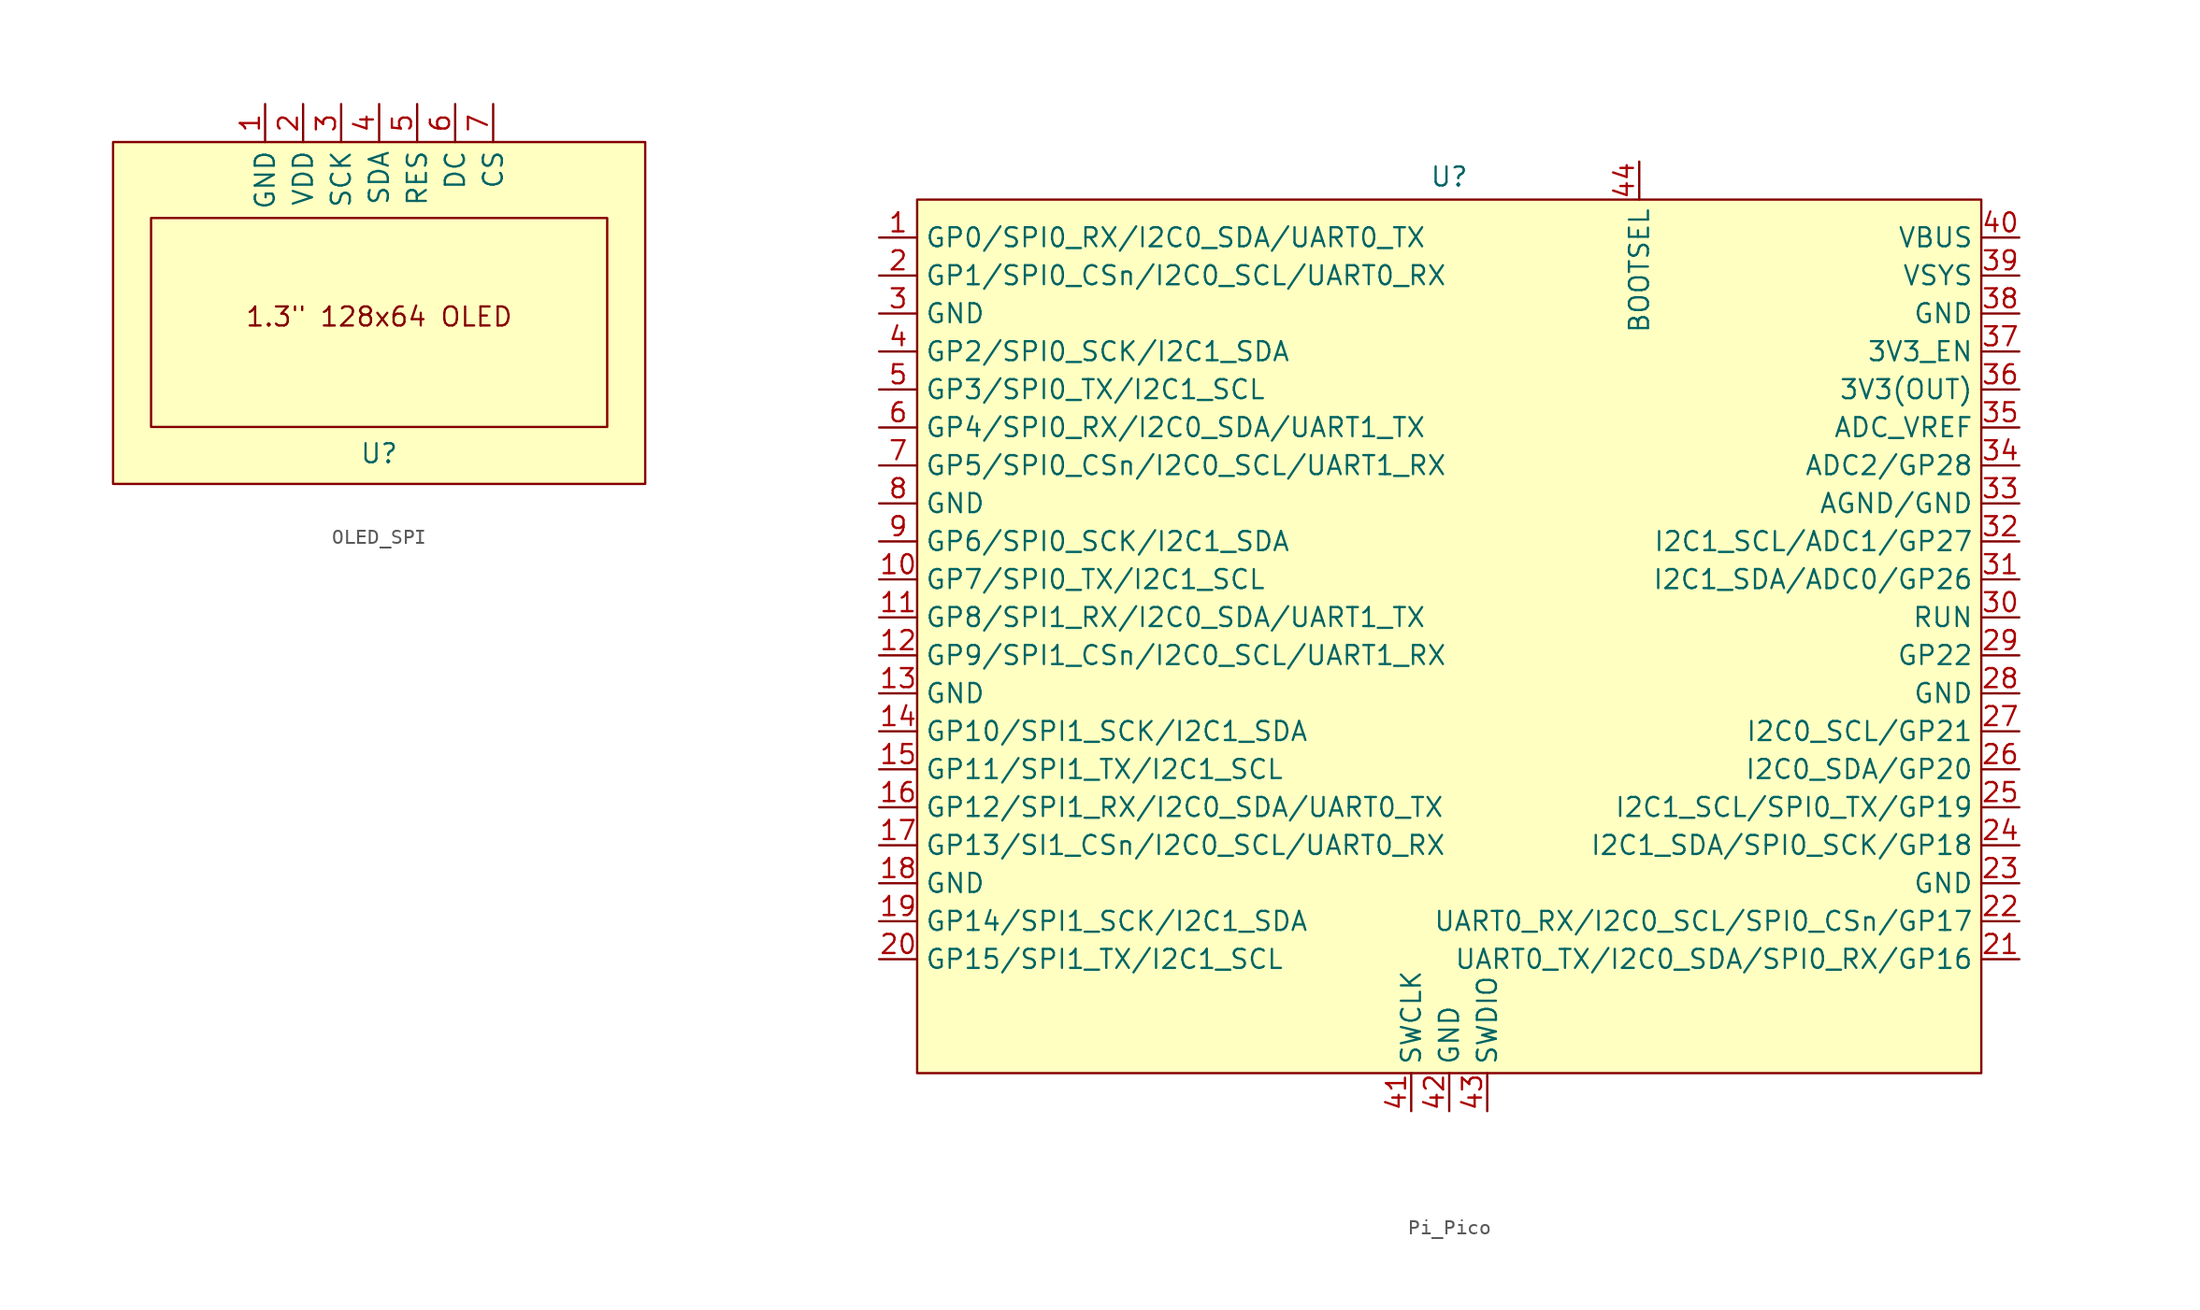
<source format=kicad_sym>
(kicad_symbol_lib
  (version 20231120)
  (generator "kicad_symbol_editor")
  (generator_version "8.0")
  (symbol "OLED_SPI"
    (property "Reference" "U"
      (at 0 -20.828 0)
      (effects (font (size 1.27 1.27))))
    (property "Value" ""
      (at 0 0 0)
      (effects (font (size 1.27 1.27))))
    (symbol "OLED_SPI_1_1"
      (rectangle (start -17.78 0) (end 17.78 -22.86) (stroke (width 0) (type default)) (fill (type background)))
      (rectangle (start -15.24 -5.08) (end 15.24 -19.05) (stroke (width 0) (type default)) (fill (type none)))
      (text "1.3\" 128x64 OLED" (at 0 -11.684 0) (effects (font (size 1.27 1.27))))
      (pin power_in line (at -7.62 2.54 270) (length 2.54) (name "GND" (effects (font (size 1.27 1.27)))) (number "1" (effects (font (size 1.27 1.27)))))
      (pin power_in line (at -5.08 2.54 270) (length 2.54) (name "VDD" (effects (font (size 1.27 1.27)))) (number "2" (effects (font (size 1.27 1.27)))))
      (pin input line (at -2.54 2.54 270) (length 2.54) (name "SCK" (effects (font (size 1.27 1.27)))) (number "3" (effects (font (size 1.27 1.27)))))
      (pin bidirectional line (at 0 2.54 270) (length 2.54) (name "SDA" (effects (font (size 1.27 1.27)))) (number "4" (effects (font (size 1.27 1.27)))))
      (pin input line (at 2.54 2.54 270) (length 2.54) (name "RES" (effects (font (size 1.27 1.27)))) (number "5" (effects (font (size 1.27 1.27)))))
      (pin input line (at 5.08 2.54 270) (length 2.54) (name "DC" (effects (font (size 1.27 1.27)))) (number "6" (effects (font (size 1.27 1.27)))))
      (pin input line (at 7.62 2.54 270) (length 2.54) (name "CS" (effects (font (size 1.27 1.27)))) (number "7" (effects (font (size 1.27 1.27)))))))
  (symbol "Pi_Pico"
    (property "Reference" "U"
      (at 0 28.194 0)
      (effects (font (size 1.27 1.27))))
    (property "Value" ""
      (at -5.08 1.27 0)
      (effects (font (size 1.27 1.27))))
    (symbol "Pi_Pico_1_1"
      (rectangle (start -35.56 26.67) (end 35.56 -31.75) (stroke (width 0) (type default)) (fill (type background)))
      (pin bidirectional line (at -38.1 24.13 0) (length 2.54) (name "GP0/SPI0_RX/I2C0_SDA/UART0_TX" (effects (font (size 1.27 1.27)))) (number "1" (effects (font (size 1.27 1.27)))))
      (pin bidirectional line (at -38.1 1.27 0) (length 2.54) (name "GP7/SPI0_TX/I2C1_SCL" (effects (font (size 1.27 1.27)))) (number "10" (effects (font (size 1.27 1.27)))))
      (pin bidirectional line (at -38.1 -1.27 0) (length 2.54) (name "GP8/SPI1_RX/I2C0_SDA/UART1_TX" (effects (font (size 1.27 1.27)))) (number "11" (effects (font (size 1.27 1.27)))))
      (pin bidirectional line (at -38.1 -3.81 0) (length 2.54) (name "GP9/SPI1_CSn/I2C0_SCL/UART1_RX" (effects (font (size 1.27 1.27)))) (number "12" (effects (font (size 1.27 1.27)))))
      (pin power_in line (at -38.1 -6.35 0) (length 2.54) (name "GND" (effects (font (size 1.27 1.27)))) (number "13" (effects (font (size 1.27 1.27)))))
      (pin bidirectional line (at -38.1 -8.89 0) (length 2.54) (name "GP10/SPI1_SCK/I2C1_SDA" (effects (font (size 1.27 1.27)))) (number "14" (effects (font (size 1.27 1.27)))))
      (pin bidirectional line (at -38.1 -11.43 0) (length 2.54) (name "GP11/SPI1_TX/I2C1_SCL" (effects (font (size 1.27 1.27)))) (number "15" (effects (font (size 1.27 1.27)))))
      (pin bidirectional line (at -38.1 -13.97 0) (length 2.54) (name "GP12/SPI1_RX/I2C0_SDA/UART0_TX" (effects (font (size 1.27 1.27)))) (number "16" (effects (font (size 1.27 1.27)))))
      (pin bidirectional line (at -38.1 -16.51 0) (length 2.54) (name "GP13/SI1_CSn/I2C0_SCL/UART0_RX" (effects (font (size 1.27 1.27)))) (number "17" (effects (font (size 1.27 1.27)))))
      (pin power_in line (at -38.1 -19.05 0) (length 2.54) (name "GND" (effects (font (size 1.27 1.27)))) (number "18" (effects (font (size 1.27 1.27)))))
      (pin bidirectional line (at -38.1 -21.59 0) (length 2.54) (name "GP14/SPI1_SCK/I2C1_SDA" (effects (font (size 1.27 1.27)))) (number "19" (effects (font (size 1.27 1.27)))))
      (pin bidirectional line (at -38.1 21.59 0) (length 2.54) (name "GP1/SPI0_CSn/I2C0_SCL/UART0_RX" (effects (font (size 1.27 1.27)))) (number "2" (effects (font (size 1.27 1.27)))))
      (pin bidirectional line (at -38.1 -24.13 0) (length 2.54) (name "GP15/SPI1_TX/I2C1_SCL" (effects (font (size 1.27 1.27)))) (number "20" (effects (font (size 1.27 1.27)))))
      (pin bidirectional line (at 38.1 -24.13 180) (length 2.54) (name "UART0_TX/I2C0_SDA/SPI0_RX/GP16" (effects (font (size 1.27 1.27)))) (number "21" (effects (font (size 1.27 1.27)))))
      (pin bidirectional line (at 38.1 -21.59 180) (length 2.54) (name "UART0_RX/I2C0_SCL/SPI0_CSn/GP17" (effects (font (size 1.27 1.27)))) (number "22" (effects (font (size 1.27 1.27)))))
      (pin power_in line (at 38.1 -19.05 180) (length 2.54) (name "GND" (effects (font (size 1.27 1.27)))) (number "23" (effects (font (size 1.27 1.27)))))
      (pin bidirectional line (at 38.1 -16.51 180) (length 2.54) (name "I2C1_SDA/SPI0_SCK/GP18" (effects (font (size 1.27 1.27)))) (number "24" (effects (font (size 1.27 1.27)))))
      (pin bidirectional line (at 38.1 -13.97 180) (length 2.54) (name "I2C1_SCL/SPI0_TX/GP19" (effects (font (size 1.27 1.27)))) (number "25" (effects (font (size 1.27 1.27)))))
      (pin bidirectional line (at 38.1 -11.43 180) (length 2.54) (name "I2C0_SDA/GP20" (effects (font (size 1.27 1.27)))) (number "26" (effects (font (size 1.27 1.27)))))
      (pin bidirectional line (at 38.1 -8.89 180) (length 2.54) (name "I2C0_SCL/GP21" (effects (font (size 1.27 1.27)))) (number "27" (effects (font (size 1.27 1.27)))))
      (pin power_in line (at 38.1 -6.35 180) (length 2.54) (name "GND" (effects (font (size 1.27 1.27)))) (number "28" (effects (font (size 1.27 1.27)))))
      (pin bidirectional line (at 38.1 -3.81 180) (length 2.54) (name "GP22" (effects (font (size 1.27 1.27)))) (number "29" (effects (font (size 1.27 1.27)))))
      (pin power_in line (at -38.1 19.05 0) (length 2.54) (name "GND" (effects (font (size 1.27 1.27)))) (number "3" (effects (font (size 1.27 1.27)))))
      (pin bidirectional line (at 38.1 -1.27 180) (length 2.54) (name "RUN" (effects (font (size 1.27 1.27)))) (number "30" (effects (font (size 1.27 1.27)))))
      (pin bidirectional line (at 38.1 1.27 180) (length 2.54) (name "I2C1_SDA/ADC0/GP26" (effects (font (size 1.27 1.27)))) (number "31" (effects (font (size 1.27 1.27)))))
      (pin bidirectional line (at 38.1 3.81 180) (length 2.54) (name "I2C1_SCL/ADC1/GP27" (effects (font (size 1.27 1.27)))) (number "32" (effects (font (size 1.27 1.27)))))
      (pin power_in line (at 38.1 6.35 180) (length 2.54) (name "AGND/GND" (effects (font (size 1.27 1.27)))) (number "33" (effects (font (size 1.27 1.27)))))
      (pin bidirectional line (at 38.1 8.89 180) (length 2.54) (name "ADC2/GP28" (effects (font (size 1.27 1.27)))) (number "34" (effects (font (size 1.27 1.27)))))
      (pin bidirectional line (at 38.1 11.43 180) (length 2.54) (name "ADC_VREF" (effects (font (size 1.27 1.27)))) (number "35" (effects (font (size 1.27 1.27)))))
      (pin power_out line (at 38.1 13.97 180) (length 2.54) (name "3V3(OUT)" (effects (font (size 1.27 1.27)))) (number "36" (effects (font (size 1.27 1.27)))))
      (pin input line (at 38.1 16.51 180) (length 2.54) (name "3V3_EN" (effects (font (size 1.27 1.27)))) (number "37" (effects (font (size 1.27 1.27)))))
      (pin power_in line (at 38.1 19.05 180) (length 2.54) (name "GND" (effects (font (size 1.27 1.27)))) (number "38" (effects (font (size 1.27 1.27)))))
      (pin power_in line (at 38.1 21.59 180) (length 2.54) (name "VSYS" (effects (font (size 1.27 1.27)))) (number "39" (effects (font (size 1.27 1.27)))))
      (pin bidirectional line (at -38.1 16.51 0) (length 2.54) (name "GP2/SPI0_SCK/I2C1_SDA" (effects (font (size 1.27 1.27)))) (number "4" (effects (font (size 1.27 1.27)))))
      (pin power_out line (at 38.1 24.13 180) (length 2.54) (name "VBUS" (effects (font (size 1.27 1.27)))) (number "40" (effects (font (size 1.27 1.27)))))
      (pin input line (at -2.54 -34.29 90) (length 2.54) (name "SWCLK" (effects (font (size 1.27 1.27)))) (number "41" (effects (font (size 1.27 1.27)))))
      (pin passive line (at 0 -34.29 90) (length 2.54) (name "GND" (effects (font (size 1.27 1.27)))) (number "42" (effects (font (size 1.27 1.27)))))
      (pin bidirectional line (at 2.54 -34.29 90) (length 2.54) (name "SWDIO" (effects (font (size 1.27 1.27)))) (number "43" (effects (font (size 1.27 1.27)))))
      (pin input line (at 12.7 29.21 270) (length 2.54) (name "BOOTSEL" (effects (font (size 1.27 1.27)))) (number "44" (effects (font (size 1.27 1.27)))))
      (pin bidirectional line (at -38.1 13.97 0) (length 2.54) (name "GP3/SPI0_TX/I2C1_SCL" (effects (font (size 1.27 1.27)))) (number "5" (effects (font (size 1.27 1.27)))))
      (pin bidirectional line (at -38.1 11.43 0) (length 2.54) (name "GP4/SPI0_RX/I2C0_SDA/UART1_TX" (effects (font (size 1.27 1.27)))) (number "6" (effects (font (size 1.27 1.27)))))
      (pin bidirectional line (at -38.1 8.89 0) (length 2.54) (name "GP5/SPI0_CSn/I2C0_SCL/UART1_RX" (effects (font (size 1.27 1.27)))) (number "7" (effects (font (size 1.27 1.27)))))
      (pin power_in line (at -38.1 6.35 0) (length 2.54) (name "GND" (effects (font (size 1.27 1.27)))) (number "8" (effects (font (size 1.27 1.27)))))
      (pin bidirectional line (at -38.1 3.81 0) (length 2.54) (name "GP6/SPI0_SCK/I2C1_SDA" (effects (font (size 1.27 1.27)))) (number "9" (effects (font (size 1.27 1.27))))))))
</source>
